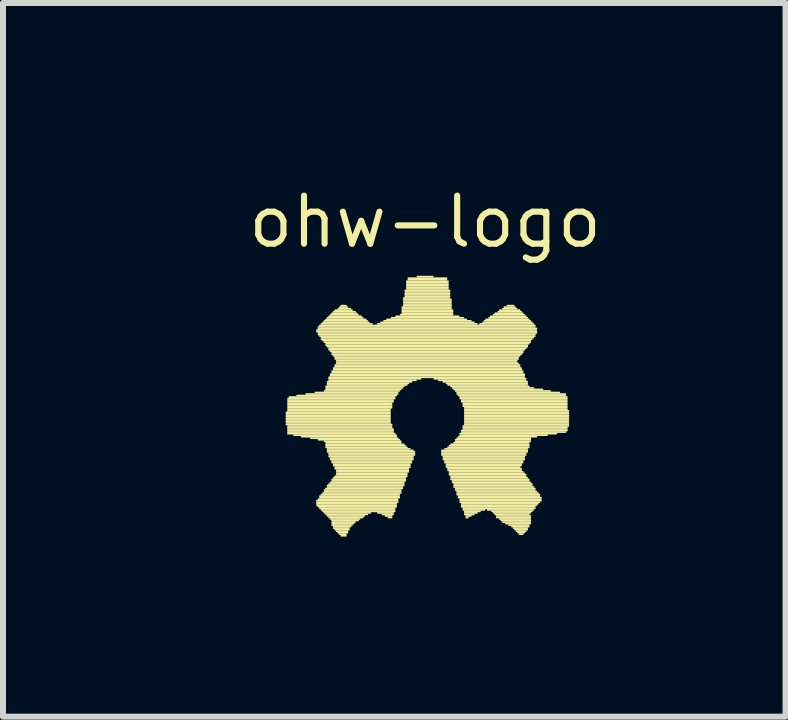
<source format=kicad_pcb>
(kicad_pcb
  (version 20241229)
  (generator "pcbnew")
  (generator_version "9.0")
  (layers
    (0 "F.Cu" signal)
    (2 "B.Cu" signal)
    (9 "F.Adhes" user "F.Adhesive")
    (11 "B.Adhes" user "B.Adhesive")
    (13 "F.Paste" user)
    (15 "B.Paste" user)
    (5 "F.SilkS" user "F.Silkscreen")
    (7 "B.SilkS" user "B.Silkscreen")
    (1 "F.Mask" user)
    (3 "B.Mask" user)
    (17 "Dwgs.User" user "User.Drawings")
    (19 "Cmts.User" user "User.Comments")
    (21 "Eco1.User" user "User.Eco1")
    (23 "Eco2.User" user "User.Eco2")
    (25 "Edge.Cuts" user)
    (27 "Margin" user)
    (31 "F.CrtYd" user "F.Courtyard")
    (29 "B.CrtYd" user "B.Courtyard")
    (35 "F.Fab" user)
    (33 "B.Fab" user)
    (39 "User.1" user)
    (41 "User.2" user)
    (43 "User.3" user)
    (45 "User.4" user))
  (footprint "ohw-logo"
    (layer "F.Cu")
    (at 0.25 0.646)
    (property "Reference" "ohw-logo" (at 3.785 0 0) (layer "F.SilkS") (effects (font (size 0.8 0.8) (thickness 0.102))))
    (attr through_hole)
    (fp_line (start 1.473 3.175) (end 3.2 3.175) (stroke (width 0.028) (type solid)) (layer "F.SilkS"))
    (fp_line (start 1.473 3.2) (end 3.2 3.2) (stroke (width 0.028) (type solid)) (layer "F.SilkS"))
    (fp_line (start 1.473 3.226) (end 3.2 3.226) (stroke (width 0.028) (type solid)) (layer "F.SilkS"))
    (fp_line (start 1.473 3.251) (end 3.2 3.251) (stroke (width 0.028) (type solid)) (layer "F.SilkS"))
    (fp_line (start 1.473 3.277) (end 3.2 3.277) (stroke (width 0.028) (type solid)) (layer "F.SilkS"))
    (fp_line (start 1.473 3.302) (end 3.2 3.302) (stroke (width 0.028) (type solid)) (layer "F.SilkS"))
    (fp_line (start 1.473 3.327) (end 3.2 3.327) (stroke (width 0.028) (type solid)) (layer "F.SilkS"))
    (fp_line (start 1.473 3.353) (end 3.2 3.353) (stroke (width 0.028) (type solid)) (layer "F.SilkS"))
    (fp_line (start 1.473 3.378) (end 3.226 3.378) (stroke (width 0.028) (type solid)) (layer "F.SilkS"))
    (fp_line (start 1.499 2.946) (end 3.277 2.946) (stroke (width 0.028) (type solid)) (layer "F.SilkS"))
    (fp_line (start 1.499 2.972) (end 3.251 2.972) (stroke (width 0.028) (type solid)) (layer "F.SilkS"))
    (fp_line (start 1.499 2.997) (end 3.251 2.997) (stroke (width 0.028) (type solid)) (layer "F.SilkS"))
    (fp_line (start 1.499 3.023) (end 3.226 3.023) (stroke (width 0.028) (type solid)) (layer "F.SilkS"))
    (fp_line (start 1.499 3.048) (end 3.226 3.048) (stroke (width 0.028) (type solid)) (layer "F.SilkS"))
    (fp_line (start 1.499 3.073) (end 3.226 3.073) (stroke (width 0.028) (type solid)) (layer "F.SilkS"))
    (fp_line (start 1.499 3.099) (end 3.226 3.099) (stroke (width 0.028) (type solid)) (layer "F.SilkS"))
    (fp_line (start 1.499 3.124) (end 3.2 3.124) (stroke (width 0.028) (type solid)) (layer "F.SilkS"))
    (fp_line (start 1.499 3.15) (end 3.2 3.15) (stroke (width 0.028) (type solid)) (layer "F.SilkS"))
    (fp_line (start 1.499 3.404) (end 3.226 3.404) (stroke (width 0.028) (type solid)) (layer "F.SilkS"))
    (fp_line (start 1.499 3.429) (end 3.226 3.429) (stroke (width 0.028) (type solid)) (layer "F.SilkS"))
    (fp_line (start 1.499 3.454) (end 3.251 3.454) (stroke (width 0.028) (type solid)) (layer "F.SilkS"))
    (fp_line (start 1.499 3.48) (end 3.251 3.48) (stroke (width 0.028) (type solid)) (layer "F.SilkS"))
    (fp_line (start 1.499 3.505) (end 3.251 3.505) (stroke (width 0.028) (type solid)) (layer "F.SilkS"))
    (fp_line (start 1.499 3.531) (end 3.277 3.531) (stroke (width 0.028) (type solid)) (layer "F.SilkS"))
    (fp_line (start 1.524 2.921) (end 3.277 2.921) (stroke (width 0.028) (type solid)) (layer "F.SilkS"))
    (fp_line (start 1.6 3.556) (end 3.302 3.556) (stroke (width 0.028) (type solid)) (layer "F.SilkS"))
    (fp_line (start 1.651 2.896) (end 3.302 2.896) (stroke (width 0.028) (type solid)) (layer "F.SilkS"))
    (fp_line (start 1.727 3.581) (end 3.302 3.581) (stroke (width 0.028) (type solid)) (layer "F.SilkS"))
    (fp_line (start 1.803 2.87) (end 3.327 2.87) (stroke (width 0.028) (type solid)) (layer "F.SilkS"))
    (fp_line (start 1.88 3.607) (end 3.327 3.607) (stroke (width 0.028) (type solid)) (layer "F.SilkS"))
    (fp_line (start 1.956 2.845) (end 3.327 2.845) (stroke (width 0.028) (type solid)) (layer "F.SilkS"))
    (fp_line (start 1.981 1.803) (end 5.639 1.803) (stroke (width 0.028) (type solid)) (layer "F.SilkS"))
    (fp_line (start 1.981 1.829) (end 5.639 1.829) (stroke (width 0.028) (type solid)) (layer "F.SilkS"))
    (fp_line (start 1.981 4.648) (end 3.327 4.648) (stroke (width 0.028) (type solid)) (layer "F.SilkS"))
    (fp_line (start 1.981 4.674) (end 3.327 4.674) (stroke (width 0.028) (type solid)) (layer "F.SilkS"))
    (fp_line (start 1.981 4.699) (end 3.302 4.699) (stroke (width 0.028) (type solid)) (layer "F.SilkS"))
    (fp_line (start 1.981 4.724) (end 3.302 4.724) (stroke (width 0.028) (type solid)) (layer "F.SilkS"))
    (fp_line (start 2.007 1.753) (end 5.613 1.753) (stroke (width 0.028) (type solid)) (layer "F.SilkS"))
    (fp_line (start 2.007 1.778) (end 5.639 1.778) (stroke (width 0.028) (type solid)) (layer "F.SilkS"))
    (fp_line (start 2.007 1.854) (end 5.639 1.854) (stroke (width 0.028) (type solid)) (layer "F.SilkS"))
    (fp_line (start 2.007 1.88) (end 5.613 1.88) (stroke (width 0.028) (type solid)) (layer "F.SilkS"))
    (fp_line (start 2.007 3.632) (end 3.353 3.632) (stroke (width 0.028) (type solid)) (layer "F.SilkS"))
    (fp_line (start 2.007 4.623) (end 3.327 4.623) (stroke (width 0.028) (type solid)) (layer "F.SilkS"))
    (fp_line (start 2.007 4.75) (end 3.302 4.75) (stroke (width 0.028) (type solid)) (layer "F.SilkS"))
    (fp_line (start 2.032 1.727) (end 2.921 1.727) (stroke (width 0.028) (type solid)) (layer "F.SilkS"))
    (fp_line (start 2.032 1.905) (end 5.613 1.905) (stroke (width 0.028) (type solid)) (layer "F.SilkS"))
    (fp_line (start 2.032 4.572) (end 3.353 4.572) (stroke (width 0.028) (type solid)) (layer "F.SilkS"))
    (fp_line (start 2.032 4.597) (end 3.353 4.597) (stroke (width 0.028) (type solid)) (layer "F.SilkS"))
    (fp_line (start 2.032 4.775) (end 3.277 4.775) (stroke (width 0.028) (type solid)) (layer "F.SilkS"))
    (fp_line (start 2.057 1.702) (end 2.896 1.702) (stroke (width 0.028) (type solid)) (layer "F.SilkS"))
    (fp_line (start 2.057 1.93) (end 5.588 1.93) (stroke (width 0.028) (type solid)) (layer "F.SilkS"))
    (fp_line (start 2.057 1.956) (end 5.563 1.956) (stroke (width 0.028) (type solid)) (layer "F.SilkS"))
    (fp_line (start 2.057 4.547) (end 3.353 4.547) (stroke (width 0.028) (type solid)) (layer "F.SilkS"))
    (fp_line (start 2.057 4.801) (end 3.277 4.801) (stroke (width 0.028) (type solid)) (layer "F.SilkS"))
    (fp_line (start 2.083 1.676) (end 2.845 1.676) (stroke (width 0.028) (type solid)) (layer "F.SilkS"))
    (fp_line (start 2.083 1.981) (end 5.537 1.981) (stroke (width 0.028) (type solid)) (layer "F.SilkS"))
    (fp_line (start 2.083 4.521) (end 3.378 4.521) (stroke (width 0.028) (type solid)) (layer "F.SilkS"))
    (fp_line (start 2.083 4.826) (end 3.277 4.826) (stroke (width 0.028) (type solid)) (layer "F.SilkS"))
    (fp_line (start 2.108 1.651) (end 2.819 1.651) (stroke (width 0.028) (type solid)) (layer "F.SilkS"))
    (fp_line (start 2.108 2.007) (end 5.537 2.007) (stroke (width 0.028) (type solid)) (layer "F.SilkS"))
    (fp_line (start 2.108 2.819) (end 3.353 2.819) (stroke (width 0.028) (type solid)) (layer "F.SilkS"))
    (fp_line (start 2.108 3.658) (end 3.378 3.658) (stroke (width 0.028) (type solid)) (layer "F.SilkS"))
    (fp_line (start 2.108 4.47) (end 3.378 4.47) (stroke (width 0.028) (type solid)) (layer "F.SilkS"))
    (fp_line (start 2.108 4.496) (end 3.378 4.496) (stroke (width 0.028) (type solid)) (layer "F.SilkS"))
    (fp_line (start 2.108 4.851) (end 2.87 4.851) (stroke (width 0.028) (type solid)) (layer "F.SilkS"))
    (fp_line (start 2.134 1.626) (end 2.794 1.626) (stroke (width 0.028) (type solid)) (layer "F.SilkS"))
    (fp_line (start 2.134 2.032) (end 5.512 2.032) (stroke (width 0.028) (type solid)) (layer "F.SilkS"))
    (fp_line (start 2.134 2.057) (end 5.486 2.057) (stroke (width 0.028) (type solid)) (layer "F.SilkS"))
    (fp_line (start 2.134 2.743) (end 3.429 2.743) (stroke (width 0.028) (type solid)) (layer "F.SilkS"))
    (fp_line (start 2.134 2.769) (end 3.404 2.769) (stroke (width 0.028) (type solid)) (layer "F.SilkS"))
    (fp_line (start 2.134 2.794) (end 3.378 2.794) (stroke (width 0.028) (type solid)) (layer "F.SilkS"))
    (fp_line (start 2.134 3.683) (end 3.378 3.683) (stroke (width 0.028) (type solid)) (layer "F.SilkS"))
    (fp_line (start 2.134 3.708) (end 3.429 3.708) (stroke (width 0.028) (type solid)) (layer "F.SilkS"))
    (fp_line (start 2.134 3.734) (end 3.454 3.734) (stroke (width 0.028) (type solid)) (layer "F.SilkS"))
    (fp_line (start 2.134 3.759) (end 3.48 3.759) (stroke (width 0.028) (type solid)) (layer "F.SilkS"))
    (fp_line (start 2.134 4.445) (end 3.404 4.445) (stroke (width 0.028) (type solid)) (layer "F.SilkS"))
    (fp_line (start 2.134 4.877) (end 2.819 4.877) (stroke (width 0.028) (type solid)) (layer "F.SilkS"))
    (fp_line (start 2.159 1.6) (end 2.743 1.6) (stroke (width 0.028) (type solid)) (layer "F.SilkS"))
    (fp_line (start 2.159 2.083) (end 5.486 2.083) (stroke (width 0.028) (type solid)) (layer "F.SilkS"))
    (fp_line (start 2.159 2.667) (end 3.556 2.667) (stroke (width 0.028) (type solid)) (layer "F.SilkS"))
    (fp_line (start 2.159 2.692) (end 3.505 2.692) (stroke (width 0.028) (type solid)) (layer "F.SilkS"))
    (fp_line (start 2.159 2.718) (end 3.48 2.718) (stroke (width 0.028) (type solid)) (layer "F.SilkS"))
    (fp_line (start 2.159 3.785) (end 3.531 3.785) (stroke (width 0.028) (type solid)) (layer "F.SilkS"))
    (fp_line (start 2.159 3.81) (end 3.581 3.81) (stroke (width 0.028) (type solid)) (layer "F.SilkS"))
    (fp_line (start 2.159 3.835) (end 3.607 3.835) (stroke (width 0.028) (type solid)) (layer "F.SilkS"))
    (fp_line (start 2.159 4.394) (end 3.429 4.394) (stroke (width 0.028) (type solid)) (layer "F.SilkS"))
    (fp_line (start 2.159 4.42) (end 3.404 4.42) (stroke (width 0.028) (type solid)) (layer "F.SilkS"))
    (fp_line (start 2.159 4.902) (end 2.769 4.902) (stroke (width 0.028) (type solid)) (layer "F.SilkS"))
    (fp_line (start 2.184 1.575) (end 2.718 1.575) (stroke (width 0.028) (type solid)) (layer "F.SilkS"))
    (fp_line (start 2.184 2.108) (end 5.461 2.108) (stroke (width 0.028) (type solid)) (layer "F.SilkS"))
    (fp_line (start 2.184 2.134) (end 5.436 2.134) (stroke (width 0.028) (type solid)) (layer "F.SilkS"))
    (fp_line (start 2.184 2.591) (end 5.436 2.591) (stroke (width 0.028) (type solid)) (layer "F.SilkS"))
    (fp_line (start 2.184 2.616) (end 3.708 2.616) (stroke (width 0.028) (type solid)) (layer "F.SilkS"))
    (fp_line (start 2.184 2.642) (end 3.632 2.642) (stroke (width 0.028) (type solid)) (layer "F.SilkS"))
    (fp_line (start 2.184 3.861) (end 3.607 3.861) (stroke (width 0.028) (type solid)) (layer "F.SilkS"))
    (fp_line (start 2.184 3.886) (end 3.607 3.886) (stroke (width 0.028) (type solid)) (layer "F.SilkS"))
    (fp_line (start 2.184 3.912) (end 3.581 3.912) (stroke (width 0.028) (type solid)) (layer "F.SilkS"))
    (fp_line (start 2.184 4.369) (end 3.429 4.369) (stroke (width 0.028) (type solid)) (layer "F.SilkS"))
    (fp_line (start 2.184 4.928) (end 2.743 4.928) (stroke (width 0.028) (type solid)) (layer "F.SilkS"))
    (fp_line (start 2.21 1.549) (end 2.667 1.549) (stroke (width 0.028) (type solid)) (layer "F.SilkS"))
    (fp_line (start 2.21 2.159) (end 5.41 2.159) (stroke (width 0.028) (type solid)) (layer "F.SilkS"))
    (fp_line (start 2.21 2.54) (end 5.436 2.54) (stroke (width 0.028) (type solid)) (layer "F.SilkS"))
    (fp_line (start 2.21 2.565) (end 5.436 2.565) (stroke (width 0.028) (type solid)) (layer "F.SilkS"))
    (fp_line (start 2.21 3.937) (end 3.581 3.937) (stroke (width 0.028) (type solid)) (layer "F.SilkS"))
    (fp_line (start 2.21 3.962) (end 3.581 3.962) (stroke (width 0.028) (type solid)) (layer "F.SilkS"))
    (fp_line (start 2.21 4.343) (end 3.429 4.343) (stroke (width 0.028) (type solid)) (layer "F.SilkS"))
    (fp_line (start 2.21 4.953) (end 2.692 4.953) (stroke (width 0.028) (type solid)) (layer "F.SilkS"))
    (fp_line (start 2.235 1.524) (end 2.642 1.524) (stroke (width 0.028) (type solid)) (layer "F.SilkS"))
    (fp_line (start 2.235 2.184) (end 5.41 2.184) (stroke (width 0.028) (type solid)) (layer "F.SilkS"))
    (fp_line (start 2.235 2.21) (end 5.385 2.21) (stroke (width 0.028) (type solid)) (layer "F.SilkS"))
    (fp_line (start 2.235 2.489) (end 5.41 2.489) (stroke (width 0.028) (type solid)) (layer "F.SilkS"))
    (fp_line (start 2.235 2.515) (end 5.41 2.515) (stroke (width 0.028) (type solid)) (layer "F.SilkS"))
    (fp_line (start 2.235 3.988) (end 3.556 3.988) (stroke (width 0.028) (type solid)) (layer "F.SilkS"))
    (fp_line (start 2.235 4.013) (end 3.556 4.013) (stroke (width 0.028) (type solid)) (layer "F.SilkS"))
    (fp_line (start 2.235 4.293) (end 3.454 4.293) (stroke (width 0.028) (type solid)) (layer "F.SilkS"))
    (fp_line (start 2.235 4.318) (end 3.454 4.318) (stroke (width 0.028) (type solid)) (layer "F.SilkS"))
    (fp_line (start 2.235 4.978) (end 2.667 4.978) (stroke (width 0.028) (type solid)) (layer "F.SilkS"))
    (fp_line (start 2.235 5.004) (end 2.616 5.004) (stroke (width 0.028) (type solid)) (layer "F.SilkS"))
    (fp_line (start 2.235 5.029) (end 2.591 5.029) (stroke (width 0.028) (type solid)) (layer "F.SilkS"))
    (fp_line (start 2.235 5.055) (end 2.565 5.055) (stroke (width 0.028) (type solid)) (layer "F.SilkS"))
    (fp_line (start 2.261 1.499) (end 2.616 1.499) (stroke (width 0.028) (type solid)) (layer "F.SilkS"))
    (fp_line (start 2.261 2.235) (end 5.359 2.235) (stroke (width 0.028) (type solid)) (layer "F.SilkS"))
    (fp_line (start 2.261 2.438) (end 5.385 2.438) (stroke (width 0.028) (type solid)) (layer "F.SilkS"))
    (fp_line (start 2.261 2.464) (end 5.385 2.464) (stroke (width 0.028) (type solid)) (layer "F.SilkS"))
    (fp_line (start 2.261 4.039) (end 3.531 4.039) (stroke (width 0.028) (type solid)) (layer "F.SilkS"))
    (fp_line (start 2.261 4.064) (end 3.531 4.064) (stroke (width 0.028) (type solid)) (layer "F.SilkS"))
    (fp_line (start 2.261 4.267) (end 3.454 4.267) (stroke (width 0.028) (type solid)) (layer "F.SilkS"))
    (fp_line (start 2.261 5.08) (end 2.54 5.08) (stroke (width 0.028) (type solid)) (layer "F.SilkS"))
    (fp_line (start 2.261 5.105) (end 2.515 5.105) (stroke (width 0.028) (type solid)) (layer "F.SilkS"))
    (fp_line (start 2.286 1.473) (end 2.565 1.473) (stroke (width 0.028) (type solid)) (layer "F.SilkS"))
    (fp_line (start 2.286 2.261) (end 5.334 2.261) (stroke (width 0.028) (type solid)) (layer "F.SilkS"))
    (fp_line (start 2.286 2.286) (end 5.334 2.286) (stroke (width 0.028) (type solid)) (layer "F.SilkS"))
    (fp_line (start 2.286 2.388) (end 5.359 2.388) (stroke (width 0.028) (type solid)) (layer "F.SilkS"))
    (fp_line (start 2.286 2.413) (end 5.359 2.413) (stroke (width 0.028) (type solid)) (layer "F.SilkS"))
    (fp_line (start 2.286 4.089) (end 3.531 4.089) (stroke (width 0.028) (type solid)) (layer "F.SilkS"))
    (fp_line (start 2.286 4.115) (end 3.505 4.115) (stroke (width 0.028) (type solid)) (layer "F.SilkS"))
    (fp_line (start 2.286 4.242) (end 3.48 4.242) (stroke (width 0.028) (type solid)) (layer "F.SilkS"))
    (fp_line (start 2.286 5.131) (end 2.515 5.131) (stroke (width 0.028) (type solid)) (layer "F.SilkS"))
    (fp_line (start 2.311 2.311) (end 5.309 2.311) (stroke (width 0.028) (type solid)) (layer "F.SilkS"))
    (fp_line (start 2.311 2.337) (end 5.309 2.337) (stroke (width 0.028) (type solid)) (layer "F.SilkS"))
    (fp_line (start 2.311 2.362) (end 5.334 2.362) (stroke (width 0.028) (type solid)) (layer "F.SilkS"))
    (fp_line (start 2.311 4.14) (end 3.505 4.14) (stroke (width 0.028) (type solid)) (layer "F.SilkS"))
    (fp_line (start 2.311 4.166) (end 3.505 4.166) (stroke (width 0.028) (type solid)) (layer "F.SilkS"))
    (fp_line (start 2.311 4.191) (end 3.48 4.191) (stroke (width 0.028) (type solid)) (layer "F.SilkS"))
    (fp_line (start 2.311 4.216) (end 3.48 4.216) (stroke (width 0.028) (type solid)) (layer "F.SilkS"))
    (fp_line (start 2.311 5.156) (end 2.489 5.156) (stroke (width 0.028) (type solid)) (layer "F.SilkS"))
    (fp_line (start 2.337 1.448) (end 2.54 1.448) (stroke (width 0.028) (type solid)) (layer "F.SilkS"))
    (fp_line (start 2.337 5.182) (end 2.489 5.182) (stroke (width 0.028) (type solid)) (layer "F.SilkS"))
    (fp_line (start 2.362 1.422) (end 2.489 1.422) (stroke (width 0.028) (type solid)) (layer "F.SilkS"))
    (fp_line (start 2.362 5.207) (end 2.464 5.207) (stroke (width 0.028) (type solid)) (layer "F.SilkS"))
    (fp_line (start 2.388 1.397) (end 2.464 1.397) (stroke (width 0.028) (type solid)) (layer "F.SilkS"))
    (fp_line (start 2.388 5.232) (end 2.464 5.232) (stroke (width 0.028) (type solid)) (layer "F.SilkS"))
    (fp_line (start 2.946 1.727) (end 5.613 1.727) (stroke (width 0.028) (type solid)) (layer "F.SilkS"))
    (fp_line (start 2.997 1.702) (end 4.648 1.702) (stroke (width 0.028) (type solid)) (layer "F.SilkS"))
    (fp_line (start 2.997 4.851) (end 3.251 4.851) (stroke (width 0.028) (type solid)) (layer "F.SilkS"))
    (fp_line (start 3.048 1.676) (end 4.597 1.676) (stroke (width 0.028) (type solid)) (layer "F.SilkS"))
    (fp_line (start 3.073 4.877) (end 3.251 4.877) (stroke (width 0.028) (type solid)) (layer "F.SilkS"))
    (fp_line (start 3.099 1.651) (end 4.547 1.651) (stroke (width 0.028) (type solid)) (layer "F.SilkS"))
    (fp_line (start 3.124 4.902) (end 3.226 4.902) (stroke (width 0.028) (type solid)) (layer "F.SilkS"))
    (fp_line (start 3.15 1.626) (end 4.47 1.626) (stroke (width 0.028) (type solid)) (layer "F.SilkS"))
    (fp_line (start 3.175 4.928) (end 3.226 4.928) (stroke (width 0.028) (type solid)) (layer "F.SilkS"))
    (fp_line (start 3.226 1.6) (end 4.42 1.6) (stroke (width 0.028) (type solid)) (layer "F.SilkS"))
    (fp_line (start 3.302 1.575) (end 4.343 1.575) (stroke (width 0.028) (type solid)) (layer "F.SilkS"))
    (fp_line (start 3.378 1.549) (end 4.242 1.549) (stroke (width 0.028) (type solid)) (layer "F.SilkS"))
    (fp_line (start 3.404 1.422) (end 4.216 1.422) (stroke (width 0.028) (type solid)) (layer "F.SilkS"))
    (fp_line (start 3.404 1.448) (end 4.216 1.448) (stroke (width 0.028) (type solid)) (layer "F.SilkS"))
    (fp_line (start 3.404 1.473) (end 4.242 1.473) (stroke (width 0.028) (type solid)) (layer "F.SilkS"))
    (fp_line (start 3.404 1.499) (end 4.242 1.499) (stroke (width 0.028) (type solid)) (layer "F.SilkS"))
    (fp_line (start 3.404 1.524) (end 4.242 1.524) (stroke (width 0.028) (type solid)) (layer "F.SilkS"))
    (fp_line (start 3.429 1.27) (end 4.191 1.27) (stroke (width 0.028) (type solid)) (layer "F.SilkS"))
    (fp_line (start 3.429 1.295) (end 4.216 1.295) (stroke (width 0.028) (type solid)) (layer "F.SilkS"))
    (fp_line (start 3.429 1.321) (end 4.216 1.321) (stroke (width 0.028) (type solid)) (layer "F.SilkS"))
    (fp_line (start 3.429 1.346) (end 4.216 1.346) (stroke (width 0.028) (type solid)) (layer "F.SilkS"))
    (fp_line (start 3.429 1.372) (end 4.216 1.372) (stroke (width 0.028) (type solid)) (layer "F.SilkS"))
    (fp_line (start 3.429 1.397) (end 4.216 1.397) (stroke (width 0.028) (type solid)) (layer "F.SilkS"))
    (fp_line (start 3.454 1.143) (end 4.191 1.143) (stroke (width 0.028) (type solid)) (layer "F.SilkS"))
    (fp_line (start 3.454 1.168) (end 4.191 1.168) (stroke (width 0.028) (type solid)) (layer "F.SilkS"))
    (fp_line (start 3.454 1.194) (end 4.191 1.194) (stroke (width 0.028) (type solid)) (layer "F.SilkS"))
    (fp_line (start 3.454 1.219) (end 4.191 1.219) (stroke (width 0.028) (type solid)) (layer "F.SilkS"))
    (fp_line (start 3.454 1.245) (end 4.191 1.245) (stroke (width 0.028) (type solid)) (layer "F.SilkS"))
    (fp_line (start 3.48 0.991) (end 4.166 0.991) (stroke (width 0.028) (type solid)) (layer "F.SilkS"))
    (fp_line (start 3.48 1.016) (end 4.166 1.016) (stroke (width 0.028) (type solid)) (layer "F.SilkS"))
    (fp_line (start 3.48 1.041) (end 4.166 1.041) (stroke (width 0.028) (type solid)) (layer "F.SilkS"))
    (fp_line (start 3.48 1.067) (end 4.166 1.067) (stroke (width 0.028) (type solid)) (layer "F.SilkS"))
    (fp_line (start 3.48 1.092) (end 4.166 1.092) (stroke (width 0.028) (type solid)) (layer "F.SilkS"))
    (fp_line (start 3.48 1.118) (end 4.166 1.118) (stroke (width 0.028) (type solid)) (layer "F.SilkS"))
    (fp_line (start 3.505 0.94) (end 4.14 0.94) (stroke (width 0.028) (type solid)) (layer "F.SilkS"))
    (fp_line (start 3.505 0.965) (end 4.14 0.965) (stroke (width 0.028) (type solid)) (layer "F.SilkS"))
    (fp_line (start 3.658 0.914) (end 3.912 0.914) (stroke (width 0.028) (type solid)) (layer "F.SilkS"))
    (fp_line (start 3.937 2.616) (end 5.461 2.616) (stroke (width 0.028) (type solid)) (layer "F.SilkS"))
    (fp_line (start 4.013 2.642) (end 5.461 2.642) (stroke (width 0.028) (type solid)) (layer "F.SilkS"))
    (fp_line (start 4.064 3.81) (end 5.486 3.81) (stroke (width 0.028) (type solid)) (layer "F.SilkS"))
    (fp_line (start 4.064 3.835) (end 5.486 3.835) (stroke (width 0.028) (type solid)) (layer "F.SilkS"))
    (fp_line (start 4.064 3.861) (end 5.461 3.861) (stroke (width 0.028) (type solid)) (layer "F.SilkS"))
    (fp_line (start 4.064 3.886) (end 5.461 3.886) (stroke (width 0.028) (type solid)) (layer "F.SilkS"))
    (fp_line (start 4.089 2.667) (end 5.486 2.667) (stroke (width 0.028) (type solid)) (layer "F.SilkS"))
    (fp_line (start 4.089 3.912) (end 5.436 3.912) (stroke (width 0.028) (type solid)) (layer "F.SilkS"))
    (fp_line (start 4.089 3.937) (end 5.436 3.937) (stroke (width 0.028) (type solid)) (layer "F.SilkS"))
    (fp_line (start 4.089 3.962) (end 5.436 3.962) (stroke (width 0.028) (type solid)) (layer "F.SilkS"))
    (fp_line (start 4.115 3.785) (end 5.486 3.785) (stroke (width 0.028) (type solid)) (layer "F.SilkS"))
    (fp_line (start 4.115 3.988) (end 5.41 3.988) (stroke (width 0.028) (type solid)) (layer "F.SilkS"))
    (fp_line (start 4.115 4.013) (end 5.41 4.013) (stroke (width 0.028) (type solid)) (layer "F.SilkS"))
    (fp_line (start 4.14 2.692) (end 5.486 2.692) (stroke (width 0.028) (type solid)) (layer "F.SilkS"))
    (fp_line (start 4.14 4.039) (end 5.385 4.039) (stroke (width 0.028) (type solid)) (layer "F.SilkS"))
    (fp_line (start 4.14 4.064) (end 5.385 4.064) (stroke (width 0.028) (type solid)) (layer "F.SilkS"))
    (fp_line (start 4.14 4.089) (end 5.359 4.089) (stroke (width 0.028) (type solid)) (layer "F.SilkS"))
    (fp_line (start 4.166 2.718) (end 5.486 2.718) (stroke (width 0.028) (type solid)) (layer "F.SilkS"))
    (fp_line (start 4.166 3.759) (end 5.512 3.759) (stroke (width 0.028) (type solid)) (layer "F.SilkS"))
    (fp_line (start 4.166 4.115) (end 5.385 4.115) (stroke (width 0.028) (type solid)) (layer "F.SilkS"))
    (fp_line (start 4.166 4.14) (end 5.385 4.14) (stroke (width 0.028) (type solid)) (layer "F.SilkS"))
    (fp_line (start 4.191 3.734) (end 5.512 3.734) (stroke (width 0.028) (type solid)) (layer "F.SilkS"))
    (fp_line (start 4.191 4.166) (end 5.41 4.166) (stroke (width 0.028) (type solid)) (layer "F.SilkS"))
    (fp_line (start 4.191 4.191) (end 5.436 4.191) (stroke (width 0.028) (type solid)) (layer "F.SilkS"))
    (fp_line (start 4.191 4.216) (end 5.461 4.216) (stroke (width 0.028) (type solid)) (layer "F.SilkS"))
    (fp_line (start 4.216 2.743) (end 5.512 2.743) (stroke (width 0.028) (type solid)) (layer "F.SilkS"))
    (fp_line (start 4.216 3.708) (end 5.512 3.708) (stroke (width 0.028) (type solid)) (layer "F.SilkS"))
    (fp_line (start 4.216 4.242) (end 5.461 4.242) (stroke (width 0.028) (type solid)) (layer "F.SilkS"))
    (fp_line (start 4.216 4.267) (end 5.486 4.267) (stroke (width 0.028) (type solid)) (layer "F.SilkS"))
    (fp_line (start 4.216 4.293) (end 5.512 4.293) (stroke (width 0.028) (type solid)) (layer "F.SilkS"))
    (fp_line (start 4.242 2.769) (end 5.588 2.769) (stroke (width 0.028) (type solid)) (layer "F.SilkS"))
    (fp_line (start 4.242 4.318) (end 5.512 4.318) (stroke (width 0.028) (type solid)) (layer "F.SilkS"))
    (fp_line (start 4.242 4.343) (end 5.537 4.343) (stroke (width 0.028) (type solid)) (layer "F.SilkS"))
    (fp_line (start 4.267 2.794) (end 5.74 2.794) (stroke (width 0.028) (type solid)) (layer "F.SilkS"))
    (fp_line (start 4.267 3.683) (end 5.512 3.683) (stroke (width 0.028) (type solid)) (layer "F.SilkS"))
    (fp_line (start 4.267 4.369) (end 5.563 4.369) (stroke (width 0.028) (type solid)) (layer "F.SilkS"))
    (fp_line (start 4.267 4.394) (end 5.563 4.394) (stroke (width 0.028) (type solid)) (layer "F.SilkS"))
    (fp_line (start 4.267 4.42) (end 5.588 4.42) (stroke (width 0.028) (type solid)) (layer "F.SilkS"))
    (fp_line (start 4.293 2.819) (end 5.867 2.819) (stroke (width 0.028) (type solid)) (layer "F.SilkS"))
    (fp_line (start 4.293 3.632) (end 5.537 3.632) (stroke (width 0.028) (type solid)) (layer "F.SilkS"))
    (fp_line (start 4.293 3.658) (end 5.537 3.658) (stroke (width 0.028) (type solid)) (layer "F.SilkS"))
    (fp_line (start 4.293 4.445) (end 5.613 4.445) (stroke (width 0.028) (type solid)) (layer "F.SilkS"))
    (fp_line (start 4.293 4.47) (end 5.613 4.47) (stroke (width 0.028) (type solid)) (layer "F.SilkS"))
    (fp_line (start 4.318 2.845) (end 6.02 2.845) (stroke (width 0.028) (type solid)) (layer "F.SilkS"))
    (fp_line (start 4.318 2.87) (end 6.121 2.87) (stroke (width 0.028) (type solid)) (layer "F.SilkS"))
    (fp_line (start 4.318 3.607) (end 5.537 3.607) (stroke (width 0.028) (type solid)) (layer "F.SilkS"))
    (fp_line (start 4.318 4.496) (end 5.639 4.496) (stroke (width 0.028) (type solid)) (layer "F.SilkS"))
    (fp_line (start 4.318 4.521) (end 5.664 4.521) (stroke (width 0.028) (type solid)) (layer "F.SilkS"))
    (fp_line (start 4.318 4.547) (end 5.69 4.547) (stroke (width 0.028) (type solid)) (layer "F.SilkS"))
    (fp_line (start 4.343 2.896) (end 6.121 2.896) (stroke (width 0.028) (type solid)) (layer "F.SilkS"))
    (fp_line (start 4.343 3.581) (end 5.639 3.581) (stroke (width 0.028) (type solid)) (layer "F.SilkS"))
    (fp_line (start 4.343 4.572) (end 5.69 4.572) (stroke (width 0.028) (type solid)) (layer "F.SilkS"))
    (fp_line (start 4.343 4.597) (end 5.715 4.597) (stroke (width 0.028) (type solid)) (layer "F.SilkS"))
    (fp_line (start 4.369 2.921) (end 6.147 2.921) (stroke (width 0.028) (type solid)) (layer "F.SilkS"))
    (fp_line (start 4.369 2.946) (end 6.147 2.946) (stroke (width 0.028) (type solid)) (layer "F.SilkS"))
    (fp_line (start 4.369 3.531) (end 5.969 3.531) (stroke (width 0.028) (type solid)) (layer "F.SilkS"))
    (fp_line (start 4.369 3.556) (end 5.817 3.556) (stroke (width 0.028) (type solid)) (layer "F.SilkS"))
    (fp_line (start 4.369 4.623) (end 5.715 4.623) (stroke (width 0.028) (type solid)) (layer "F.SilkS"))
    (fp_line (start 4.369 4.648) (end 5.715 4.648) (stroke (width 0.028) (type solid)) (layer "F.SilkS"))
    (fp_line (start 4.369 4.674) (end 5.69 4.674) (stroke (width 0.028) (type solid)) (layer "F.SilkS"))
    (fp_line (start 4.394 2.972) (end 6.147 2.972) (stroke (width 0.028) (type solid)) (layer "F.SilkS"))
    (fp_line (start 4.394 2.997) (end 6.147 2.997) (stroke (width 0.028) (type solid)) (layer "F.SilkS"))
    (fp_line (start 4.394 3.48) (end 6.147 3.48) (stroke (width 0.028) (type solid)) (layer "F.SilkS"))
    (fp_line (start 4.394 3.505) (end 6.121 3.505) (stroke (width 0.028) (type solid)) (layer "F.SilkS"))
    (fp_line (start 4.394 4.699) (end 5.664 4.699) (stroke (width 0.028) (type solid)) (layer "F.SilkS"))
    (fp_line (start 4.394 4.724) (end 5.639 4.724) (stroke (width 0.028) (type solid)) (layer "F.SilkS"))
    (fp_line (start 4.394 4.75) (end 5.613 4.75) (stroke (width 0.028) (type solid)) (layer "F.SilkS"))
    (fp_line (start 4.42 3.023) (end 6.147 3.023) (stroke (width 0.028) (type solid)) (layer "F.SilkS"))
    (fp_line (start 4.42 3.048) (end 6.147 3.048) (stroke (width 0.028) (type solid)) (layer "F.SilkS"))
    (fp_line (start 4.42 3.073) (end 6.147 3.073) (stroke (width 0.028) (type solid)) (layer "F.SilkS"))
    (fp_line (start 4.42 3.404) (end 6.172 3.404) (stroke (width 0.028) (type solid)) (layer "F.SilkS"))
    (fp_line (start 4.42 3.429) (end 6.147 3.429) (stroke (width 0.028) (type solid)) (layer "F.SilkS"))
    (fp_line (start 4.42 3.454) (end 6.147 3.454) (stroke (width 0.028) (type solid)) (layer "F.SilkS"))
    (fp_line (start 4.42 4.775) (end 5.613 4.775) (stroke (width 0.028) (type solid)) (layer "F.SilkS"))
    (fp_line (start 4.42 4.801) (end 4.775 4.801) (stroke (width 0.028) (type solid)) (layer "F.SilkS"))
    (fp_line (start 4.445 3.099) (end 6.147 3.099) (stroke (width 0.028) (type solid)) (layer "F.SilkS"))
    (fp_line (start 4.445 3.124) (end 6.147 3.124) (stroke (width 0.028) (type solid)) (layer "F.SilkS"))
    (fp_line (start 4.445 3.15) (end 6.172 3.15) (stroke (width 0.028) (type solid)) (layer "F.SilkS"))
    (fp_line (start 4.445 3.175) (end 6.172 3.175) (stroke (width 0.028) (type solid)) (layer "F.SilkS"))
    (fp_line (start 4.445 3.2) (end 6.172 3.2) (stroke (width 0.028) (type solid)) (layer "F.SilkS"))
    (fp_line (start 4.445 3.226) (end 6.172 3.226) (stroke (width 0.028) (type solid)) (layer "F.SilkS"))
    (fp_line (start 4.445 3.251) (end 6.172 3.251) (stroke (width 0.028) (type solid)) (layer "F.SilkS"))
    (fp_line (start 4.445 3.277) (end 6.172 3.277) (stroke (width 0.028) (type solid)) (layer "F.SilkS"))
    (fp_line (start 4.445 3.302) (end 6.172 3.302) (stroke (width 0.028) (type solid)) (layer "F.SilkS"))
    (fp_line (start 4.445 3.327) (end 6.172 3.327) (stroke (width 0.028) (type solid)) (layer "F.SilkS"))
    (fp_line (start 4.445 3.353) (end 6.172 3.353) (stroke (width 0.028) (type solid)) (layer "F.SilkS"))
    (fp_line (start 4.445 3.378) (end 6.172 3.378) (stroke (width 0.028) (type solid)) (layer "F.SilkS"))
    (fp_line (start 4.445 4.826) (end 4.699 4.826) (stroke (width 0.028) (type solid)) (layer "F.SilkS"))
    (fp_line (start 4.445 4.851) (end 4.648 4.851) (stroke (width 0.028) (type solid)) (layer "F.SilkS"))
    (fp_line (start 4.445 4.877) (end 4.597 4.877) (stroke (width 0.028) (type solid)) (layer "F.SilkS"))
    (fp_line (start 4.47 4.902) (end 4.547 4.902) (stroke (width 0.028) (type solid)) (layer "F.SilkS"))
    (fp_line (start 4.47 4.928) (end 4.496 4.928) (stroke (width 0.028) (type solid)) (layer "F.SilkS"))
    (fp_line (start 4.699 1.702) (end 5.588 1.702) (stroke (width 0.028) (type solid)) (layer "F.SilkS"))
    (fp_line (start 4.75 1.676) (end 5.563 1.676) (stroke (width 0.028) (type solid)) (layer "F.SilkS"))
    (fp_line (start 4.775 1.651) (end 5.537 1.651) (stroke (width 0.028) (type solid)) (layer "F.SilkS"))
    (fp_line (start 4.801 1.626) (end 5.512 1.626) (stroke (width 0.028) (type solid)) (layer "F.SilkS"))
    (fp_line (start 4.826 4.801) (end 5.588 4.801) (stroke (width 0.028) (type solid)) (layer "F.SilkS"))
    (fp_line (start 4.851 1.6) (end 5.486 1.6) (stroke (width 0.028) (type solid)) (layer "F.SilkS"))
    (fp_line (start 4.877 1.575) (end 5.461 1.575) (stroke (width 0.028) (type solid)) (layer "F.SilkS"))
    (fp_line (start 4.902 4.826) (end 5.563 4.826) (stroke (width 0.028) (type solid)) (layer "F.SilkS"))
    (fp_line (start 4.928 1.549) (end 5.436 1.549) (stroke (width 0.028) (type solid)) (layer "F.SilkS"))
    (fp_line (start 4.928 4.851) (end 5.537 4.851) (stroke (width 0.028) (type solid)) (layer "F.SilkS"))
    (fp_line (start 4.953 1.524) (end 5.41 1.524) (stroke (width 0.028) (type solid)) (layer "F.SilkS"))
    (fp_line (start 4.953 4.877) (end 5.512 4.877) (stroke (width 0.028) (type solid)) (layer "F.SilkS"))
    (fp_line (start 4.978 4.902) (end 5.537 4.902) (stroke (width 0.028) (type solid)) (layer "F.SilkS"))
    (fp_line (start 4.978 4.928) (end 5.537 4.928) (stroke (width 0.028) (type solid)) (layer "F.SilkS"))
    (fp_line (start 5.004 1.499) (end 5.385 1.499) (stroke (width 0.028) (type solid)) (layer "F.SilkS"))
    (fp_line (start 5.029 1.473) (end 5.359 1.473) (stroke (width 0.028) (type solid)) (layer "F.SilkS"))
    (fp_line (start 5.029 4.953) (end 5.537 4.953) (stroke (width 0.028) (type solid)) (layer "F.SilkS"))
    (fp_line (start 5.055 4.978) (end 5.537 4.978) (stroke (width 0.028) (type solid)) (layer "F.SilkS"))
    (fp_line (start 5.08 1.448) (end 5.309 1.448) (stroke (width 0.028) (type solid)) (layer "F.SilkS"))
    (fp_line (start 5.08 5.004) (end 5.537 5.004) (stroke (width 0.028) (type solid)) (layer "F.SilkS"))
    (fp_line (start 5.105 1.422) (end 5.283 1.422) (stroke (width 0.028) (type solid)) (layer "F.SilkS"))
    (fp_line (start 5.131 5.029) (end 5.537 5.029) (stroke (width 0.028) (type solid)) (layer "F.SilkS"))
    (fp_line (start 5.156 1.397) (end 5.258 1.397) (stroke (width 0.028) (type solid)) (layer "F.SilkS"))
    (fp_line (start 5.182 5.055) (end 5.512 5.055) (stroke (width 0.028) (type solid)) (layer "F.SilkS"))
    (fp_line (start 5.232 5.08) (end 5.512 5.08) (stroke (width 0.028) (type solid)) (layer "F.SilkS"))
    (fp_line (start 5.258 5.105) (end 5.486 5.105) (stroke (width 0.028) (type solid)) (layer "F.SilkS"))
    (fp_line (start 5.283 5.131) (end 5.486 5.131) (stroke (width 0.028) (type solid)) (layer "F.SilkS"))
    (fp_line (start 5.309 5.156) (end 5.461 5.156) (stroke (width 0.028) (type solid)) (layer "F.SilkS"))
    (fp_line (start 5.334 5.182) (end 5.436 5.182) (stroke (width 0.028) (type solid)) (layer "F.SilkS"))
    (fp_line (start 5.359 5.207) (end 5.41 5.207) (stroke (width 0.028) (type solid)) (layer "F.SilkS")))
  (gr_rect
    (start -3 -3)
    (end 10.041 8.893)
    (stroke (width 0.1) (type default))
    (fill no)
    (layer "Edge.Cuts")))
</source>
